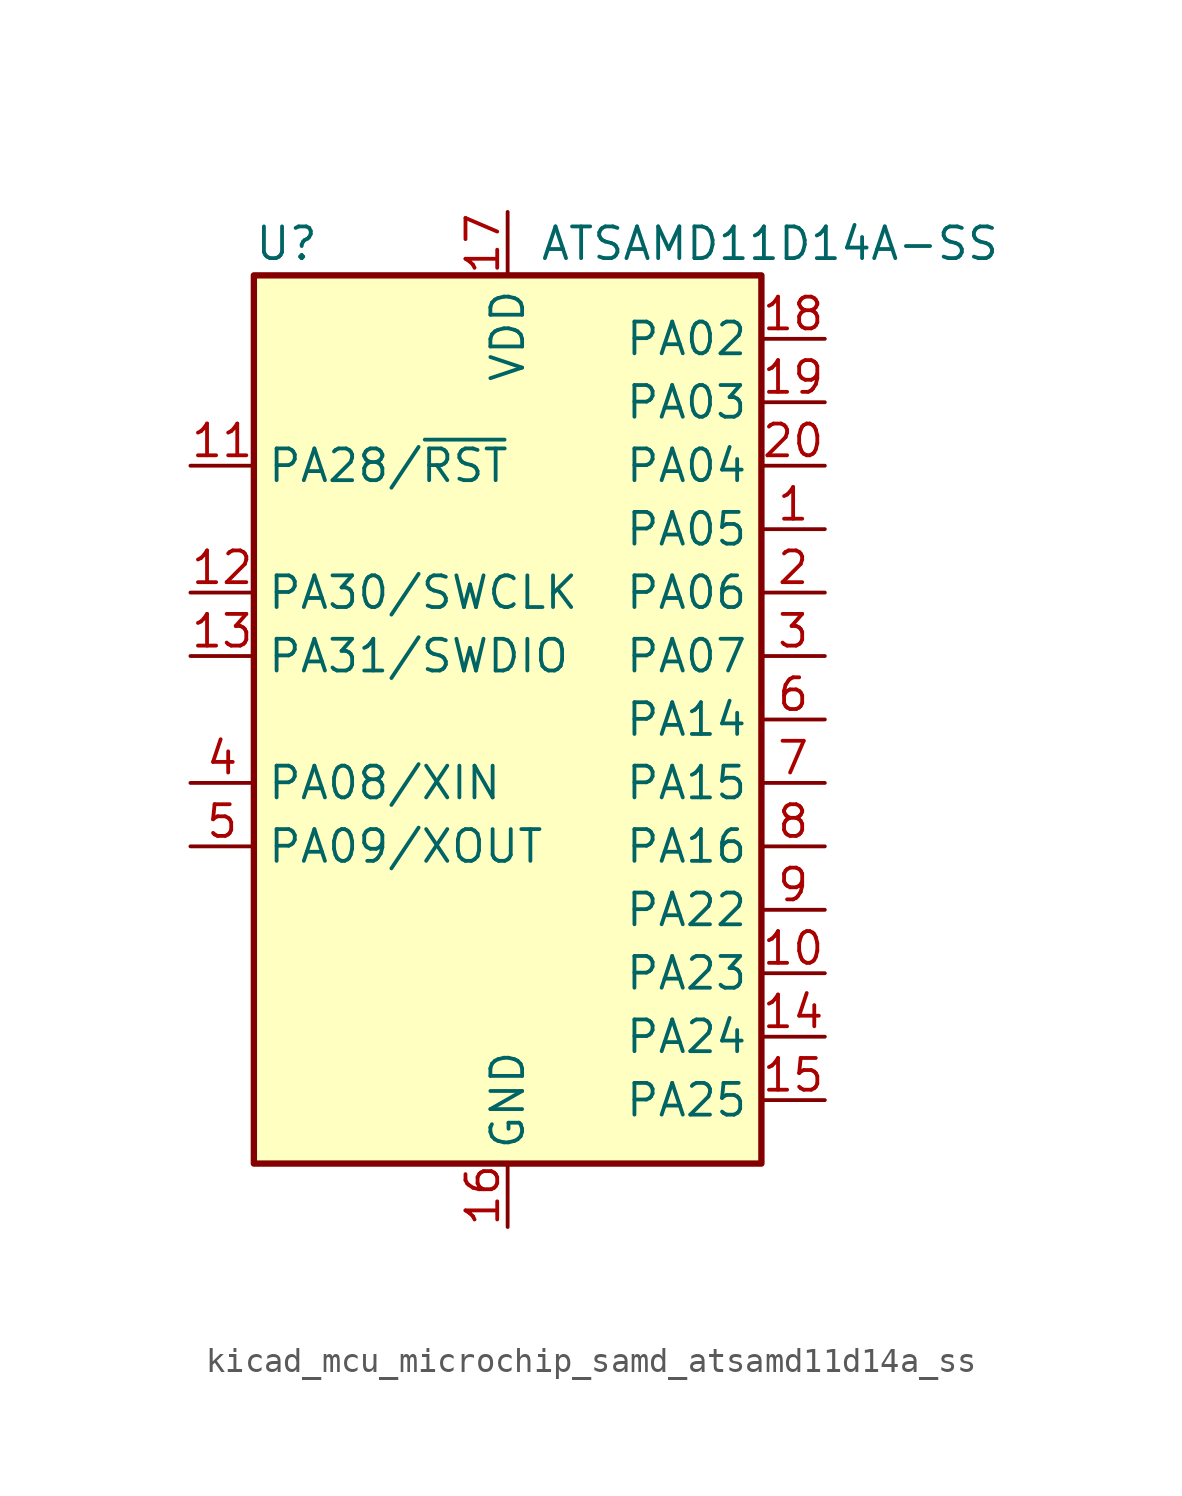
<source format=kicad_sym>
(kicad_symbol_lib
  (version 20220914)
  (generator kicad_symbol_editor)
  (symbol "kicad_mcu_microchip_samd_atsamd11d14a_ss"
    (property "Reference" "U"
      (at -10.16 19.05 0)
      (effects (font (size 1.27 1.27)) (justify left)))
    (property "Value" "ATSAMD11D14A-SS"
      (at 1.27 19.05 0)
      (effects (font (size 1.27 1.27)) (justify left)))
    (symbol "kicad_mcu_microchip_samd_atsamd11d14a_ss_0_1"
      (rectangle (start -10.16 17.78) (end 10.16 -17.78) (stroke (width 0.254) (type default)) (fill (type background))))
    (symbol "kicad_mcu_microchip_samd_atsamd11d14a_ss_1_1"
      (pin bidirectional line (at 12.7 7.62 180) (length 2.54) (name "PA05" (effects (font (size 1.27 1.27)))) (number "1" (effects (font (size 1.27 1.27)))))
      (pin bidirectional line (at 12.7 -10.16 180) (length 2.54) (name "PA23" (effects (font (size 1.27 1.27)))) (number "10" (effects (font (size 1.27 1.27)))))
      (pin bidirectional line (at -12.7 10.16 0) (length 2.54) (name "PA28/~{RST}" (effects (font (size 1.27 1.27)))) (number "11" (effects (font (size 1.27 1.27)))))
      (pin bidirectional line (at -12.7 5.08 0) (length 2.54) (name "PA30/SWCLK" (effects (font (size 1.27 1.27)))) (number "12" (effects (font (size 1.27 1.27)))))
      (pin bidirectional line (at -12.7 2.54 0) (length 2.54) (name "PA31/SWDIO" (effects (font (size 1.27 1.27)))) (number "13" (effects (font (size 1.27 1.27)))))
      (pin bidirectional line (at 12.7 -12.7 180) (length 2.54) (name "PA24" (effects (font (size 1.27 1.27)))) (number "14" (effects (font (size 1.27 1.27)))))
      (pin bidirectional line (at 12.7 -15.24 180) (length 2.54) (name "PA25" (effects (font (size 1.27 1.27)))) (number "15" (effects (font (size 1.27 1.27)))))
      (pin power_in line (at 0 -20.32 90) (length 2.54) (name "GND" (effects (font (size 1.27 1.27)))) (number "16" (effects (font (size 1.27 1.27)))))
      (pin power_in line (at 0 20.32 270) (length 2.54) (name "VDD" (effects (font (size 1.27 1.27)))) (number "17" (effects (font (size 1.27 1.27)))))
      (pin bidirectional line (at 12.7 15.24 180) (length 2.54) (name "PA02" (effects (font (size 1.27 1.27)))) (number "18" (effects (font (size 1.27 1.27)))))
      (pin bidirectional line (at 12.7 12.7 180) (length 2.54) (name "PA03" (effects (font (size 1.27 1.27)))) (number "19" (effects (font (size 1.27 1.27)))))
      (pin bidirectional line (at 12.7 5.08 180) (length 2.54) (name "PA06" (effects (font (size 1.27 1.27)))) (number "2" (effects (font (size 1.27 1.27)))))
      (pin bidirectional line (at 12.7 10.16 180) (length 2.54) (name "PA04" (effects (font (size 1.27 1.27)))) (number "20" (effects (font (size 1.27 1.27)))))
      (pin bidirectional line (at 12.7 2.54 180) (length 2.54) (name "PA07" (effects (font (size 1.27 1.27)))) (number "3" (effects (font (size 1.27 1.27)))))
      (pin bidirectional line (at -12.7 -2.54 0) (length 2.54) (name "PA08/XIN" (effects (font (size 1.27 1.27)))) (number "4" (effects (font (size 1.27 1.27)))))
      (pin bidirectional line (at -12.7 -5.08 0) (length 2.54) (name "PA09/XOUT" (effects (font (size 1.27 1.27)))) (number "5" (effects (font (size 1.27 1.27)))))
      (pin bidirectional line (at 12.7 0 180) (length 2.54) (name "PA14" (effects (font (size 1.27 1.27)))) (number "6" (effects (font (size 1.27 1.27)))))
      (pin bidirectional line (at 12.7 -2.54 180) (length 2.54) (name "PA15" (effects (font (size 1.27 1.27)))) (number "7" (effects (font (size 1.27 1.27)))))
      (pin bidirectional line (at 12.7 -5.08 180) (length 2.54) (name "PA16" (effects (font (size 1.27 1.27)))) (number "8" (effects (font (size 1.27 1.27)))))
      (pin bidirectional line (at 12.7 -7.62 180) (length 2.54) (name "PA22" (effects (font (size 1.27 1.27)))) (number "9" (effects (font (size 1.27 1.27))))))))
</source>
